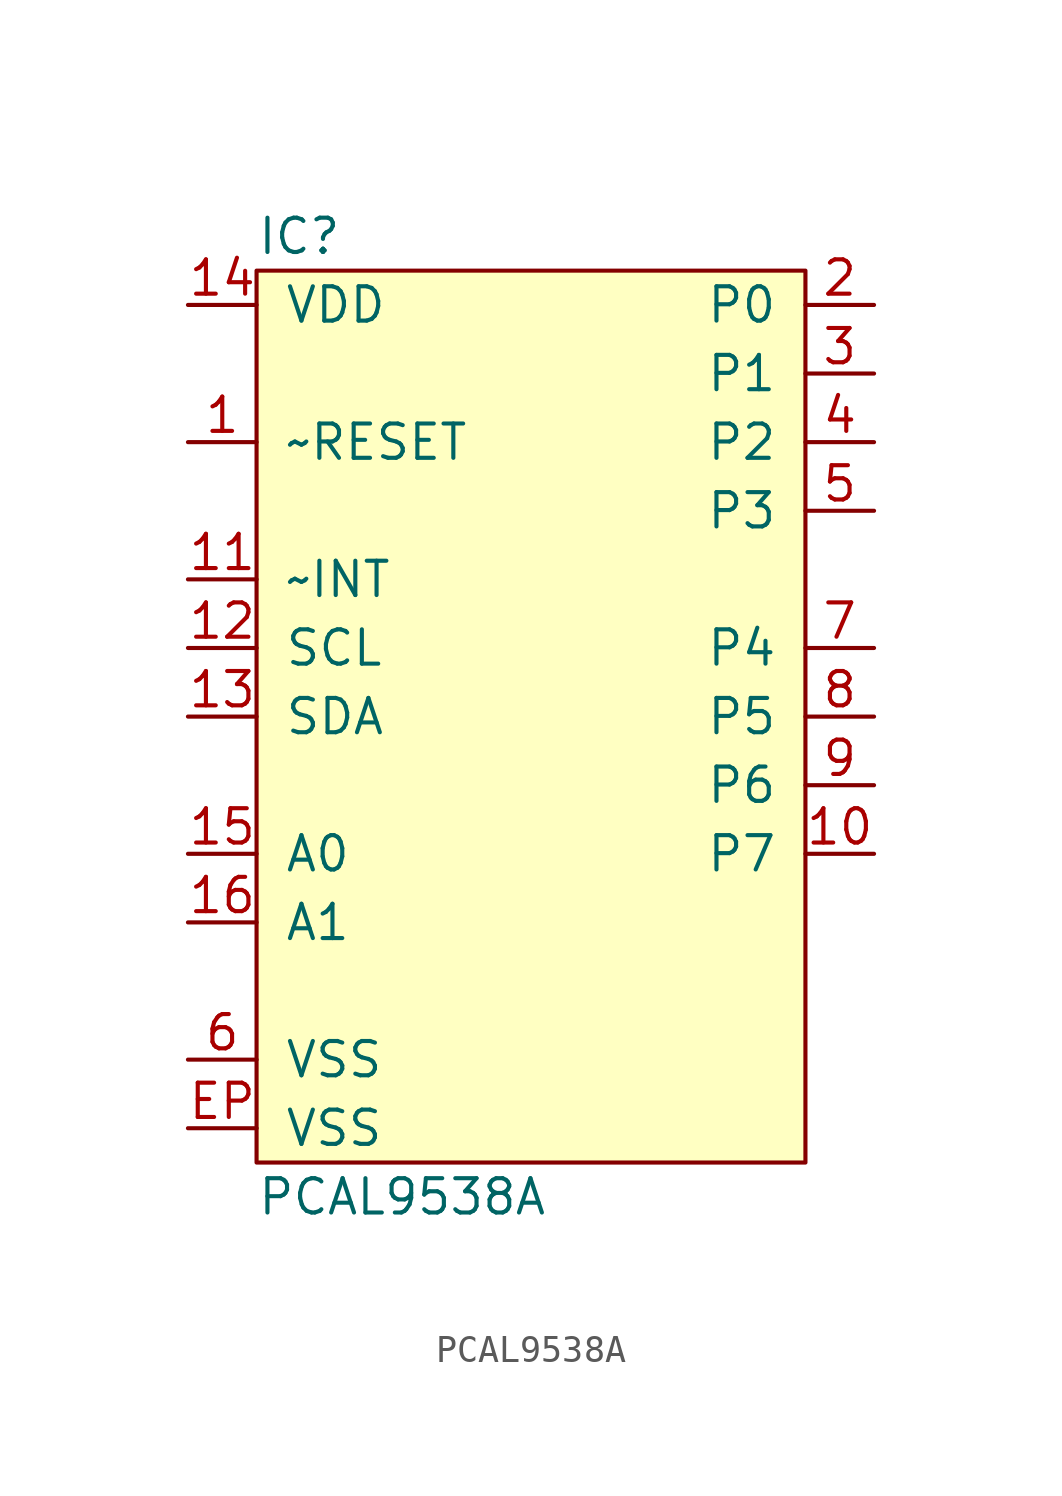
<source format=kicad_sym>
(kicad_symbol_lib
  (version 20211014)
  (generator agg_kicad.build_lib_ic)
  (symbol "PCAL9538A"
    (pin_names
      (offset 1.016))
    (property Reference IC
      (at -10.16 17.78 0)
      (effects (font (size 1.27 1.27)) (justify left)))
    (property Value "PCAL9538A"
      (at -10.16 -17.78 0)
      (effects (font (size 1.27 1.27)) (justify left)))
    (symbol "PCAL9538A_0_0"
      (rectangle (start -10.16 16.51) (end 10.16 -16.51) (stroke (width 0) (type default) (color 0 0 0 0)) (fill (type background)))
      (pin power_in line (at -12.7 15.24 0) (length 2.54) (name VDD (effects (font (size 1.27 1.27)))) (number "14" (effects (font (size 1.27 1.27)))))
      (pin input line (at -12.7 10.16 0) (length 2.54) (name "~RESET" (effects (font (size 1.27 1.27)))) (number "1" (effects (font (size 1.27 1.27)))))
      (pin open_collector line (at -12.7 5.08 0) (length 2.54) (name "~INT" (effects (font (size 1.27 1.27)))) (number "11" (effects (font (size 1.27 1.27)))))
      (pin open_collector line (at -12.7 2.54 0) (length 2.54) (name SCL (effects (font (size 1.27 1.27)))) (number "12" (effects (font (size 1.27 1.27)))))
      (pin open_collector line (at -12.7 0 0) (length 2.54) (name SDA (effects (font (size 1.27 1.27)))) (number "13" (effects (font (size 1.27 1.27)))))
      (pin input line (at -12.7 -5.08 0) (length 2.54) (name "A0" (effects (font (size 1.27 1.27)))) (number "15" (effects (font (size 1.27 1.27)))))
      (pin input line (at -12.7 -7.62 0) (length 2.54) (name "A1" (effects (font (size 1.27 1.27)))) (number "16" (effects (font (size 1.27 1.27)))))
      (pin power_in line (at -12.7 -12.7 0) (length 2.54) (name VSS (effects (font (size 1.27 1.27)))) (number "6" (effects (font (size 1.27 1.27)))))
      (pin power_in line (at -12.7 -15.24 0) (length 2.54) (name VSS (effects (font (size 1.27 1.27)))) (number EP (effects (font (size 1.27 1.27)))))
      (pin bidirectional line (at 12.7 15.24 180) (length 2.54) (name "P0" (effects (font (size 1.27 1.27)))) (number "2" (effects (font (size 1.27 1.27)))))
      (pin bidirectional line (at 12.7 12.7 180) (length 2.54) (name "P1" (effects (font (size 1.27 1.27)))) (number "3" (effects (font (size 1.27 1.27)))))
      (pin bidirectional line (at 12.7 10.16 180) (length 2.54) (name "P2" (effects (font (size 1.27 1.27)))) (number "4" (effects (font (size 1.27 1.27)))))
      (pin bidirectional line (at 12.7 7.62 180) (length 2.54) (name "P3" (effects (font (size 1.27 1.27)))) (number "5" (effects (font (size 1.27 1.27)))))
      (pin bidirectional line (at 12.7 2.54 180) (length 2.54) (name "P4" (effects (font (size 1.27 1.27)))) (number "7" (effects (font (size 1.27 1.27)))))
      (pin bidirectional line (at 12.7 0 180) (length 2.54) (name "P5" (effects (font (size 1.27 1.27)))) (number "8" (effects (font (size 1.27 1.27)))))
      (pin bidirectional line (at 12.7 -2.54 180) (length 2.54) (name "P6" (effects (font (size 1.27 1.27)))) (number "9" (effects (font (size 1.27 1.27)))))
      (pin bidirectional line (at 12.7 -5.08 180) (length 2.54) (name "P7" (effects (font (size 1.27 1.27)))) (number "10" (effects (font (size 1.27 1.27))))))))
</source>
